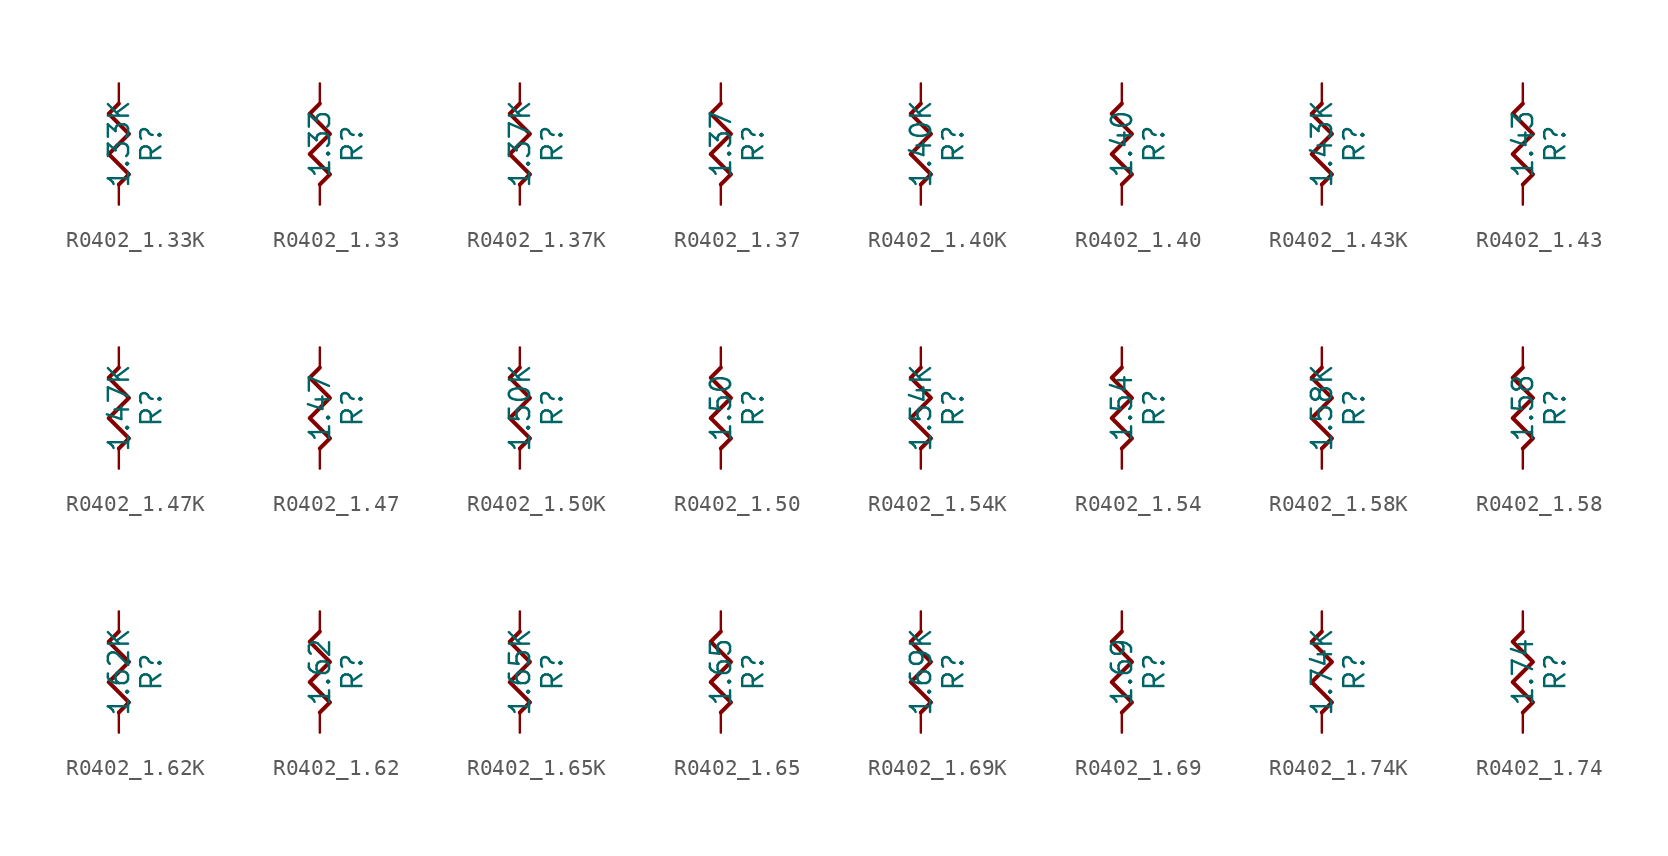
<source format=kicad_sym>
(kicad_symbol_lib
  (version 20211014)
  (generator atlantix-eda)
  (symbol "R0402_1.33K"
    (pin_numbers hide)
    (pin_names
      (offset 0))
    (property "Reference" "R"
      (at 2.032 0 90)
      (effects (font (size 1.27 1.27))))
    (property "Value" "1.33K"
      (at 0 0 90)
      (effects (font (size 1.27 1.27))))
    (symbol "R0402_1.33K_0_1"
      (polyline (pts (xy 0 -2.54) (xy 0.635 -1.905) (xy -0.635 -0.635) (xy 0.635 0.635) (xy -0.635 1.905) (xy 0 2.54)) (stroke (width 0.254) (type default) (color 0 0 0 0)) (fill (type none))))
    (symbol "R0402_1.33K_1_1"
      (pin passive line (at 0 3.81 270) (length 1.27) (name "~" (effects (font (size 1.27 1.27)))) (number "1" (effects (font (size 1.27 1.27)))))
      (pin passive line (at 0 -3.81 90) (length 1.27) (name "~" (effects (font (size 1.27 1.27)))) (number "2" (effects (font (size 1.27 1.27)))))))
  (symbol "R0402_1.33"
    (pin_numbers hide)
    (pin_names
      (offset 0))
    (property "Reference" "R"
      (at 2.032 0 90)
      (effects (font (size 1.27 1.27))))
    (property "Value" "1.33"
      (at 0 0 90)
      (effects (font (size 1.27 1.27))))
    (symbol "R0402_1.33_0_1"
      (polyline (pts (xy 0 -2.54) (xy 0.635 -1.905) (xy -0.635 -0.635) (xy 0.635 0.635) (xy -0.635 1.905) (xy 0 2.54)) (stroke (width 0.254) (type default) (color 0 0 0 0)) (fill (type none))))
    (symbol "R0402_1.33_1_1"
      (pin passive line (at 0 3.81 270) (length 1.27) (name "~" (effects (font (size 1.27 1.27)))) (number "1" (effects (font (size 1.27 1.27)))))
      (pin passive line (at 0 -3.81 90) (length 1.27) (name "~" (effects (font (size 1.27 1.27)))) (number "2" (effects (font (size 1.27 1.27)))))))
  (symbol "R0402_1.37K"
    (pin_numbers hide)
    (pin_names
      (offset 0))
    (property "Reference" "R"
      (at 2.032 0 90)
      (effects (font (size 1.27 1.27))))
    (property "Value" "1.37K"
      (at 0 0 90)
      (effects (font (size 1.27 1.27))))
    (symbol "R0402_1.37K_0_1"
      (polyline (pts (xy 0 -2.54) (xy 0.635 -1.905) (xy -0.635 -0.635) (xy 0.635 0.635) (xy -0.635 1.905) (xy 0 2.54)) (stroke (width 0.254) (type default) (color 0 0 0 0)) (fill (type none))))
    (symbol "R0402_1.37K_1_1"
      (pin passive line (at 0 3.81 270) (length 1.27) (name "~" (effects (font (size 1.27 1.27)))) (number "1" (effects (font (size 1.27 1.27)))))
      (pin passive line (at 0 -3.81 90) (length 1.27) (name "~" (effects (font (size 1.27 1.27)))) (number "2" (effects (font (size 1.27 1.27)))))))
  (symbol "R0402_1.37"
    (pin_numbers hide)
    (pin_names
      (offset 0))
    (property "Reference" "R"
      (at 2.032 0 90)
      (effects (font (size 1.27 1.27))))
    (property "Value" "1.37"
      (at 0 0 90)
      (effects (font (size 1.27 1.27))))
    (symbol "R0402_1.37_0_1"
      (polyline (pts (xy 0 -2.54) (xy 0.635 -1.905) (xy -0.635 -0.635) (xy 0.635 0.635) (xy -0.635 1.905) (xy 0 2.54)) (stroke (width 0.254) (type default) (color 0 0 0 0)) (fill (type none))))
    (symbol "R0402_1.37_1_1"
      (pin passive line (at 0 3.81 270) (length 1.27) (name "~" (effects (font (size 1.27 1.27)))) (number "1" (effects (font (size 1.27 1.27)))))
      (pin passive line (at 0 -3.81 90) (length 1.27) (name "~" (effects (font (size 1.27 1.27)))) (number "2" (effects (font (size 1.27 1.27)))))))
  (symbol "R0402_1.40K"
    (pin_numbers hide)
    (pin_names
      (offset 0))
    (property "Reference" "R"
      (at 2.032 0 90)
      (effects (font (size 1.27 1.27))))
    (property "Value" "1.40K"
      (at 0 0 90)
      (effects (font (size 1.27 1.27))))
    (symbol "R0402_1.40K_0_1"
      (polyline (pts (xy 0 -2.54) (xy 0.635 -1.905) (xy -0.635 -0.635) (xy 0.635 0.635) (xy -0.635 1.905) (xy 0 2.54)) (stroke (width 0.254) (type default) (color 0 0 0 0)) (fill (type none))))
    (symbol "R0402_1.40K_1_1"
      (pin passive line (at 0 3.81 270) (length 1.27) (name "~" (effects (font (size 1.27 1.27)))) (number "1" (effects (font (size 1.27 1.27)))))
      (pin passive line (at 0 -3.81 90) (length 1.27) (name "~" (effects (font (size 1.27 1.27)))) (number "2" (effects (font (size 1.27 1.27)))))))
  (symbol "R0402_1.40"
    (pin_numbers hide)
    (pin_names
      (offset 0))
    (property "Reference" "R"
      (at 2.032 0 90)
      (effects (font (size 1.27 1.27))))
    (property "Value" "1.40"
      (at 0 0 90)
      (effects (font (size 1.27 1.27))))
    (symbol "R0402_1.40_0_1"
      (polyline (pts (xy 0 -2.54) (xy 0.635 -1.905) (xy -0.635 -0.635) (xy 0.635 0.635) (xy -0.635 1.905) (xy 0 2.54)) (stroke (width 0.254) (type default) (color 0 0 0 0)) (fill (type none))))
    (symbol "R0402_1.40_1_1"
      (pin passive line (at 0 3.81 270) (length 1.27) (name "~" (effects (font (size 1.27 1.27)))) (number "1" (effects (font (size 1.27 1.27)))))
      (pin passive line (at 0 -3.81 90) (length 1.27) (name "~" (effects (font (size 1.27 1.27)))) (number "2" (effects (font (size 1.27 1.27)))))))
  (symbol "R0402_1.43K"
    (pin_numbers hide)
    (pin_names
      (offset 0))
    (property "Reference" "R"
      (at 2.032 0 90)
      (effects (font (size 1.27 1.27))))
    (property "Value" "1.43K"
      (at 0 0 90)
      (effects (font (size 1.27 1.27))))
    (symbol "R0402_1.43K_0_1"
      (polyline (pts (xy 0 -2.54) (xy 0.635 -1.905) (xy -0.635 -0.635) (xy 0.635 0.635) (xy -0.635 1.905) (xy 0 2.54)) (stroke (width 0.254) (type default) (color 0 0 0 0)) (fill (type none))))
    (symbol "R0402_1.43K_1_1"
      (pin passive line (at 0 3.81 270) (length 1.27) (name "~" (effects (font (size 1.27 1.27)))) (number "1" (effects (font (size 1.27 1.27)))))
      (pin passive line (at 0 -3.81 90) (length 1.27) (name "~" (effects (font (size 1.27 1.27)))) (number "2" (effects (font (size 1.27 1.27)))))))
  (symbol "R0402_1.43"
    (pin_numbers hide)
    (pin_names
      (offset 0))
    (property "Reference" "R"
      (at 2.032 0 90)
      (effects (font (size 1.27 1.27))))
    (property "Value" "1.43"
      (at 0 0 90)
      (effects (font (size 1.27 1.27))))
    (symbol "R0402_1.43_0_1"
      (polyline (pts (xy 0 -2.54) (xy 0.635 -1.905) (xy -0.635 -0.635) (xy 0.635 0.635) (xy -0.635 1.905) (xy 0 2.54)) (stroke (width 0.254) (type default) (color 0 0 0 0)) (fill (type none))))
    (symbol "R0402_1.43_1_1"
      (pin passive line (at 0 3.81 270) (length 1.27) (name "~" (effects (font (size 1.27 1.27)))) (number "1" (effects (font (size 1.27 1.27)))))
      (pin passive line (at 0 -3.81 90) (length 1.27) (name "~" (effects (font (size 1.27 1.27)))) (number "2" (effects (font (size 1.27 1.27)))))))
  (symbol "R0402_1.47K"
    (pin_numbers hide)
    (pin_names
      (offset 0))
    (property "Reference" "R"
      (at 2.032 0 90)
      (effects (font (size 1.27 1.27))))
    (property "Value" "1.47K"
      (at 0 0 90)
      (effects (font (size 1.27 1.27))))
    (symbol "R0402_1.47K_0_1"
      (polyline (pts (xy 0 -2.54) (xy 0.635 -1.905) (xy -0.635 -0.635) (xy 0.635 0.635) (xy -0.635 1.905) (xy 0 2.54)) (stroke (width 0.254) (type default) (color 0 0 0 0)) (fill (type none))))
    (symbol "R0402_1.47K_1_1"
      (pin passive line (at 0 3.81 270) (length 1.27) (name "~" (effects (font (size 1.27 1.27)))) (number "1" (effects (font (size 1.27 1.27)))))
      (pin passive line (at 0 -3.81 90) (length 1.27) (name "~" (effects (font (size 1.27 1.27)))) (number "2" (effects (font (size 1.27 1.27)))))))
  (symbol "R0402_1.47"
    (pin_numbers hide)
    (pin_names
      (offset 0))
    (property "Reference" "R"
      (at 2.032 0 90)
      (effects (font (size 1.27 1.27))))
    (property "Value" "1.47"
      (at 0 0 90)
      (effects (font (size 1.27 1.27))))
    (symbol "R0402_1.47_0_1"
      (polyline (pts (xy 0 -2.54) (xy 0.635 -1.905) (xy -0.635 -0.635) (xy 0.635 0.635) (xy -0.635 1.905) (xy 0 2.54)) (stroke (width 0.254) (type default) (color 0 0 0 0)) (fill (type none))))
    (symbol "R0402_1.47_1_1"
      (pin passive line (at 0 3.81 270) (length 1.27) (name "~" (effects (font (size 1.27 1.27)))) (number "1" (effects (font (size 1.27 1.27)))))
      (pin passive line (at 0 -3.81 90) (length 1.27) (name "~" (effects (font (size 1.27 1.27)))) (number "2" (effects (font (size 1.27 1.27)))))))
  (symbol "R0402_1.50K"
    (pin_numbers hide)
    (pin_names
      (offset 0))
    (property "Reference" "R"
      (at 2.032 0 90)
      (effects (font (size 1.27 1.27))))
    (property "Value" "1.50K"
      (at 0 0 90)
      (effects (font (size 1.27 1.27))))
    (symbol "R0402_1.50K_0_1"
      (polyline (pts (xy 0 -2.54) (xy 0.635 -1.905) (xy -0.635 -0.635) (xy 0.635 0.635) (xy -0.635 1.905) (xy 0 2.54)) (stroke (width 0.254) (type default) (color 0 0 0 0)) (fill (type none))))
    (symbol "R0402_1.50K_1_1"
      (pin passive line (at 0 3.81 270) (length 1.27) (name "~" (effects (font (size 1.27 1.27)))) (number "1" (effects (font (size 1.27 1.27)))))
      (pin passive line (at 0 -3.81 90) (length 1.27) (name "~" (effects (font (size 1.27 1.27)))) (number "2" (effects (font (size 1.27 1.27)))))))
  (symbol "R0402_1.50"
    (pin_numbers hide)
    (pin_names
      (offset 0))
    (property "Reference" "R"
      (at 2.032 0 90)
      (effects (font (size 1.27 1.27))))
    (property "Value" "1.50"
      (at 0 0 90)
      (effects (font (size 1.27 1.27))))
    (symbol "R0402_1.50_0_1"
      (polyline (pts (xy 0 -2.54) (xy 0.635 -1.905) (xy -0.635 -0.635) (xy 0.635 0.635) (xy -0.635 1.905) (xy 0 2.54)) (stroke (width 0.254) (type default) (color 0 0 0 0)) (fill (type none))))
    (symbol "R0402_1.50_1_1"
      (pin passive line (at 0 3.81 270) (length 1.27) (name "~" (effects (font (size 1.27 1.27)))) (number "1" (effects (font (size 1.27 1.27)))))
      (pin passive line (at 0 -3.81 90) (length 1.27) (name "~" (effects (font (size 1.27 1.27)))) (number "2" (effects (font (size 1.27 1.27)))))))
  (symbol "R0402_1.54K"
    (pin_numbers hide)
    (pin_names
      (offset 0))
    (property "Reference" "R"
      (at 2.032 0 90)
      (effects (font (size 1.27 1.27))))
    (property "Value" "1.54K"
      (at 0 0 90)
      (effects (font (size 1.27 1.27))))
    (symbol "R0402_1.54K_0_1"
      (polyline (pts (xy 0 -2.54) (xy 0.635 -1.905) (xy -0.635 -0.635) (xy 0.635 0.635) (xy -0.635 1.905) (xy 0 2.54)) (stroke (width 0.254) (type default) (color 0 0 0 0)) (fill (type none))))
    (symbol "R0402_1.54K_1_1"
      (pin passive line (at 0 3.81 270) (length 1.27) (name "~" (effects (font (size 1.27 1.27)))) (number "1" (effects (font (size 1.27 1.27)))))
      (pin passive line (at 0 -3.81 90) (length 1.27) (name "~" (effects (font (size 1.27 1.27)))) (number "2" (effects (font (size 1.27 1.27)))))))
  (symbol "R0402_1.54"
    (pin_numbers hide)
    (pin_names
      (offset 0))
    (property "Reference" "R"
      (at 2.032 0 90)
      (effects (font (size 1.27 1.27))))
    (property "Value" "1.54"
      (at 0 0 90)
      (effects (font (size 1.27 1.27))))
    (symbol "R0402_1.54_0_1"
      (polyline (pts (xy 0 -2.54) (xy 0.635 -1.905) (xy -0.635 -0.635) (xy 0.635 0.635) (xy -0.635 1.905) (xy 0 2.54)) (stroke (width 0.254) (type default) (color 0 0 0 0)) (fill (type none))))
    (symbol "R0402_1.54_1_1"
      (pin passive line (at 0 3.81 270) (length 1.27) (name "~" (effects (font (size 1.27 1.27)))) (number "1" (effects (font (size 1.27 1.27)))))
      (pin passive line (at 0 -3.81 90) (length 1.27) (name "~" (effects (font (size 1.27 1.27)))) (number "2" (effects (font (size 1.27 1.27)))))))
  (symbol "R0402_1.58K"
    (pin_numbers hide)
    (pin_names
      (offset 0))
    (property "Reference" "R"
      (at 2.032 0 90)
      (effects (font (size 1.27 1.27))))
    (property "Value" "1.58K"
      (at 0 0 90)
      (effects (font (size 1.27 1.27))))
    (symbol "R0402_1.58K_0_1"
      (polyline (pts (xy 0 -2.54) (xy 0.635 -1.905) (xy -0.635 -0.635) (xy 0.635 0.635) (xy -0.635 1.905) (xy 0 2.54)) (stroke (width 0.254) (type default) (color 0 0 0 0)) (fill (type none))))
    (symbol "R0402_1.58K_1_1"
      (pin passive line (at 0 3.81 270) (length 1.27) (name "~" (effects (font (size 1.27 1.27)))) (number "1" (effects (font (size 1.27 1.27)))))
      (pin passive line (at 0 -3.81 90) (length 1.27) (name "~" (effects (font (size 1.27 1.27)))) (number "2" (effects (font (size 1.27 1.27)))))))
  (symbol "R0402_1.58"
    (pin_numbers hide)
    (pin_names
      (offset 0))
    (property "Reference" "R"
      (at 2.032 0 90)
      (effects (font (size 1.27 1.27))))
    (property "Value" "1.58"
      (at 0 0 90)
      (effects (font (size 1.27 1.27))))
    (symbol "R0402_1.58_0_1"
      (polyline (pts (xy 0 -2.54) (xy 0.635 -1.905) (xy -0.635 -0.635) (xy 0.635 0.635) (xy -0.635 1.905) (xy 0 2.54)) (stroke (width 0.254) (type default) (color 0 0 0 0)) (fill (type none))))
    (symbol "R0402_1.58_1_1"
      (pin passive line (at 0 3.81 270) (length 1.27) (name "~" (effects (font (size 1.27 1.27)))) (number "1" (effects (font (size 1.27 1.27)))))
      (pin passive line (at 0 -3.81 90) (length 1.27) (name "~" (effects (font (size 1.27 1.27)))) (number "2" (effects (font (size 1.27 1.27)))))))
  (symbol "R0402_1.62K"
    (pin_numbers hide)
    (pin_names
      (offset 0))
    (property "Reference" "R"
      (at 2.032 0 90)
      (effects (font (size 1.27 1.27))))
    (property "Value" "1.62K"
      (at 0 0 90)
      (effects (font (size 1.27 1.27))))
    (symbol "R0402_1.62K_0_1"
      (polyline (pts (xy 0 -2.54) (xy 0.635 -1.905) (xy -0.635 -0.635) (xy 0.635 0.635) (xy -0.635 1.905) (xy 0 2.54)) (stroke (width 0.254) (type default) (color 0 0 0 0)) (fill (type none))))
    (symbol "R0402_1.62K_1_1"
      (pin passive line (at 0 3.81 270) (length 1.27) (name "~" (effects (font (size 1.27 1.27)))) (number "1" (effects (font (size 1.27 1.27)))))
      (pin passive line (at 0 -3.81 90) (length 1.27) (name "~" (effects (font (size 1.27 1.27)))) (number "2" (effects (font (size 1.27 1.27)))))))
  (symbol "R0402_1.62"
    (pin_numbers hide)
    (pin_names
      (offset 0))
    (property "Reference" "R"
      (at 2.032 0 90)
      (effects (font (size 1.27 1.27))))
    (property "Value" "1.62"
      (at 0 0 90)
      (effects (font (size 1.27 1.27))))
    (symbol "R0402_1.62_0_1"
      (polyline (pts (xy 0 -2.54) (xy 0.635 -1.905) (xy -0.635 -0.635) (xy 0.635 0.635) (xy -0.635 1.905) (xy 0 2.54)) (stroke (width 0.254) (type default) (color 0 0 0 0)) (fill (type none))))
    (symbol "R0402_1.62_1_1"
      (pin passive line (at 0 3.81 270) (length 1.27) (name "~" (effects (font (size 1.27 1.27)))) (number "1" (effects (font (size 1.27 1.27)))))
      (pin passive line (at 0 -3.81 90) (length 1.27) (name "~" (effects (font (size 1.27 1.27)))) (number "2" (effects (font (size 1.27 1.27)))))))
  (symbol "R0402_1.65K"
    (pin_numbers hide)
    (pin_names
      (offset 0))
    (property "Reference" "R"
      (at 2.032 0 90)
      (effects (font (size 1.27 1.27))))
    (property "Value" "1.65K"
      (at 0 0 90)
      (effects (font (size 1.27 1.27))))
    (symbol "R0402_1.65K_0_1"
      (polyline (pts (xy 0 -2.54) (xy 0.635 -1.905) (xy -0.635 -0.635) (xy 0.635 0.635) (xy -0.635 1.905) (xy 0 2.54)) (stroke (width 0.254) (type default) (color 0 0 0 0)) (fill (type none))))
    (symbol "R0402_1.65K_1_1"
      (pin passive line (at 0 3.81 270) (length 1.27) (name "~" (effects (font (size 1.27 1.27)))) (number "1" (effects (font (size 1.27 1.27)))))
      (pin passive line (at 0 -3.81 90) (length 1.27) (name "~" (effects (font (size 1.27 1.27)))) (number "2" (effects (font (size 1.27 1.27)))))))
  (symbol "R0402_1.65"
    (pin_numbers hide)
    (pin_names
      (offset 0))
    (property "Reference" "R"
      (at 2.032 0 90)
      (effects (font (size 1.27 1.27))))
    (property "Value" "1.65"
      (at 0 0 90)
      (effects (font (size 1.27 1.27))))
    (symbol "R0402_1.65_0_1"
      (polyline (pts (xy 0 -2.54) (xy 0.635 -1.905) (xy -0.635 -0.635) (xy 0.635 0.635) (xy -0.635 1.905) (xy 0 2.54)) (stroke (width 0.254) (type default) (color 0 0 0 0)) (fill (type none))))
    (symbol "R0402_1.65_1_1"
      (pin passive line (at 0 3.81 270) (length 1.27) (name "~" (effects (font (size 1.27 1.27)))) (number "1" (effects (font (size 1.27 1.27)))))
      (pin passive line (at 0 -3.81 90) (length 1.27) (name "~" (effects (font (size 1.27 1.27)))) (number "2" (effects (font (size 1.27 1.27)))))))
  (symbol "R0402_1.69K"
    (pin_numbers hide)
    (pin_names
      (offset 0))
    (property "Reference" "R"
      (at 2.032 0 90)
      (effects (font (size 1.27 1.27))))
    (property "Value" "1.69K"
      (at 0 0 90)
      (effects (font (size 1.27 1.27))))
    (symbol "R0402_1.69K_0_1"
      (polyline (pts (xy 0 -2.54) (xy 0.635 -1.905) (xy -0.635 -0.635) (xy 0.635 0.635) (xy -0.635 1.905) (xy 0 2.54)) (stroke (width 0.254) (type default) (color 0 0 0 0)) (fill (type none))))
    (symbol "R0402_1.69K_1_1"
      (pin passive line (at 0 3.81 270) (length 1.27) (name "~" (effects (font (size 1.27 1.27)))) (number "1" (effects (font (size 1.27 1.27)))))
      (pin passive line (at 0 -3.81 90) (length 1.27) (name "~" (effects (font (size 1.27 1.27)))) (number "2" (effects (font (size 1.27 1.27)))))))
  (symbol "R0402_1.69"
    (pin_numbers hide)
    (pin_names
      (offset 0))
    (property "Reference" "R"
      (at 2.032 0 90)
      (effects (font (size 1.27 1.27))))
    (property "Value" "1.69"
      (at 0 0 90)
      (effects (font (size 1.27 1.27))))
    (symbol "R0402_1.69_0_1"
      (polyline (pts (xy 0 -2.54) (xy 0.635 -1.905) (xy -0.635 -0.635) (xy 0.635 0.635) (xy -0.635 1.905) (xy 0 2.54)) (stroke (width 0.254) (type default) (color 0 0 0 0)) (fill (type none))))
    (symbol "R0402_1.69_1_1"
      (pin passive line (at 0 3.81 270) (length 1.27) (name "~" (effects (font (size 1.27 1.27)))) (number "1" (effects (font (size 1.27 1.27)))))
      (pin passive line (at 0 -3.81 90) (length 1.27) (name "~" (effects (font (size 1.27 1.27)))) (number "2" (effects (font (size 1.27 1.27)))))))
  (symbol "R0402_1.74K"
    (pin_numbers hide)
    (pin_names
      (offset 0))
    (property "Reference" "R"
      (at 2.032 0 90)
      (effects (font (size 1.27 1.27))))
    (property "Value" "1.74K"
      (at 0 0 90)
      (effects (font (size 1.27 1.27))))
    (symbol "R0402_1.74K_0_1"
      (polyline (pts (xy 0 -2.54) (xy 0.635 -1.905) (xy -0.635 -0.635) (xy 0.635 0.635) (xy -0.635 1.905) (xy 0 2.54)) (stroke (width 0.254) (type default) (color 0 0 0 0)) (fill (type none))))
    (symbol "R0402_1.74K_1_1"
      (pin passive line (at 0 3.81 270) (length 1.27) (name "~" (effects (font (size 1.27 1.27)))) (number "1" (effects (font (size 1.27 1.27)))))
      (pin passive line (at 0 -3.81 90) (length 1.27) (name "~" (effects (font (size 1.27 1.27)))) (number "2" (effects (font (size 1.27 1.27)))))))
  (symbol "R0402_1.74"
    (pin_numbers hide)
    (pin_names
      (offset 0))
    (property "Reference" "R"
      (at 2.032 0 90)
      (effects (font (size 1.27 1.27))))
    (property "Value" "1.74"
      (at 0 0 90)
      (effects (font (size 1.27 1.27))))
    (symbol "R0402_1.74_0_1"
      (polyline (pts (xy 0 -2.54) (xy 0.635 -1.905) (xy -0.635 -0.635) (xy 0.635 0.635) (xy -0.635 1.905) (xy 0 2.54)) (stroke (width 0.254) (type default) (color 0 0 0 0)) (fill (type none))))
    (symbol "R0402_1.74_1_1"
      (pin passive line (at 0 3.81 270) (length 1.27) (name "~" (effects (font (size 1.27 1.27)))) (number "1" (effects (font (size 1.27 1.27)))))
      (pin passive line (at 0 -3.81 90) (length 1.27) (name "~" (effects (font (size 1.27 1.27)))) (number "2" (effects (font (size 1.27 1.27))))))))
</source>
